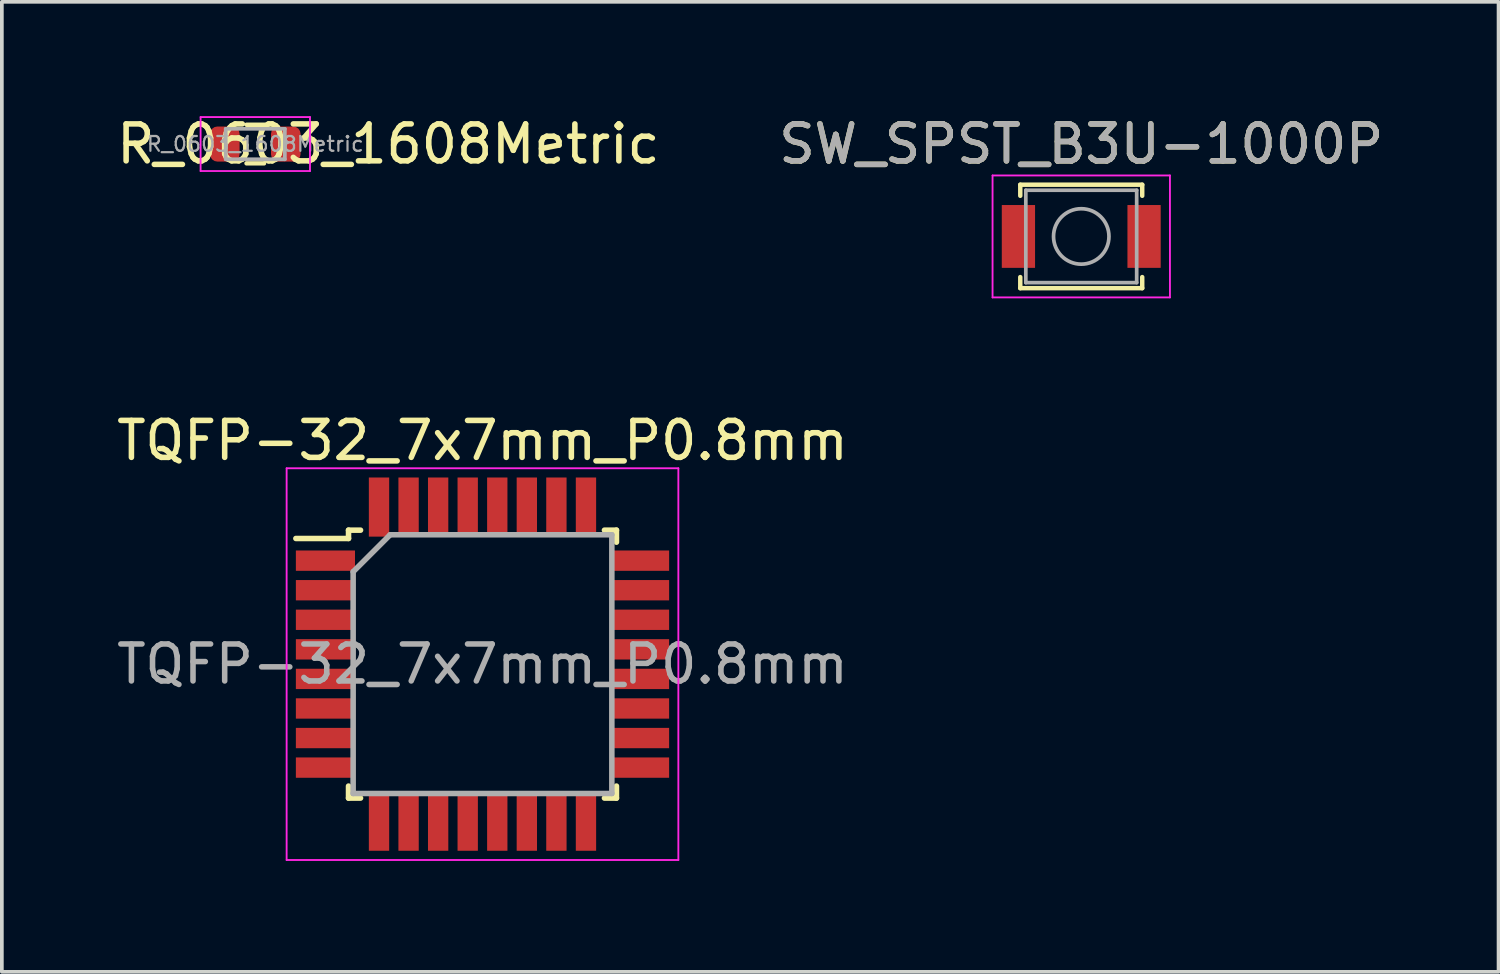
<source format=kicad_pcb>
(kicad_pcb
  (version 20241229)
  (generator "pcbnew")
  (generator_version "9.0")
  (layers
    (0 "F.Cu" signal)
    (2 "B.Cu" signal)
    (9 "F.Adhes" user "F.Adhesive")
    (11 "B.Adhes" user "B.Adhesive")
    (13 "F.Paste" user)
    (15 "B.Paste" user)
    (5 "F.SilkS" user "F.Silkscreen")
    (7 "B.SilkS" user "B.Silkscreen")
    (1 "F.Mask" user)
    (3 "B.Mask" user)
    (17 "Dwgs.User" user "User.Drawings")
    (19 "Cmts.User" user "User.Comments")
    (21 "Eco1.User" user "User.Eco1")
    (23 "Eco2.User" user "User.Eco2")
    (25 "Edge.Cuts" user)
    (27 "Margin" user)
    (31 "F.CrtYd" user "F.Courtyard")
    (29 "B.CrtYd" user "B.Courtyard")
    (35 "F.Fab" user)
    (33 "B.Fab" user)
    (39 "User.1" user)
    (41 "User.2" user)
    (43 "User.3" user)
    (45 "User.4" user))
  (footprint "TQFP-32_7x7mm_P0.8mm"
    (layer "F.Cu")
    (at 10.006 14.921)
    (property "Reference" "TQFP-32_7x7mm_P0.8mm" (at 0 -6.05 0) (layer "F.SilkS") (effects (font (size 1 1) (thickness 0.15))))
    (attr smd)
    (fp_line (start -3.625 -3.625) (end -3.625 -3.4) (stroke (width 0.15) (type solid)) (layer "F.SilkS"))
    (fp_line (start -3.625 -3.625) (end -3.3 -3.625) (stroke (width 0.15) (type solid)) (layer "F.SilkS"))
    (fp_line (start -3.625 -3.4) (end -5.05 -3.4) (stroke (width 0.15) (type solid)) (layer "F.SilkS"))
    (fp_line (start -3.625 3.625) (end -3.625 3.3) (stroke (width 0.15) (type solid)) (layer "F.SilkS"))
    (fp_line (start -3.625 3.625) (end -3.3 3.625) (stroke (width 0.15) (type solid)) (layer "F.SilkS"))
    (fp_line (start 3.625 -3.625) (end 3.3 -3.625) (stroke (width 0.15) (type solid)) (layer "F.SilkS"))
    (fp_line (start 3.625 -3.625) (end 3.625 -3.3) (stroke (width 0.15) (type solid)) (layer "F.SilkS"))
    (fp_line (start 3.625 3.625) (end 3.3 3.625) (stroke (width 0.15) (type solid)) (layer "F.SilkS"))
    (fp_line (start 3.625 3.625) (end 3.625 3.3) (stroke (width 0.15) (type solid)) (layer "F.SilkS"))
    (fp_line (start -5.3 -5.3) (end -5.3 5.3) (stroke (width 0.05) (type solid)) (layer "F.CrtYd"))
    (fp_line (start -5.3 -5.3) (end 5.3 -5.3) (stroke (width 0.05) (type solid)) (layer "F.CrtYd"))
    (fp_line (start -5.3 5.3) (end 5.3 5.3) (stroke (width 0.05) (type solid)) (layer "F.CrtYd"))
    (fp_line (start 5.3 -5.3) (end 5.3 5.3) (stroke (width 0.05) (type solid)) (layer "F.CrtYd"))
    (fp_line (start -3.5 -2.5) (end -2.5 -3.5) (stroke (width 0.15) (type solid)) (layer "F.Fab"))
    (fp_line (start -3.5 3.5) (end -3.5 -2.5) (stroke (width 0.15) (type solid)) (layer "F.Fab"))
    (fp_line (start -2.5 -3.5) (end 3.5 -3.5) (stroke (width 0.15) (type solid)) (layer "F.Fab"))
    (fp_line (start 3.5 -3.5) (end 3.5 3.5) (stroke (width 0.15) (type solid)) (layer "F.Fab"))
    (fp_line (start 3.5 3.5) (end -3.5 3.5) (stroke (width 0.15) (type solid)) (layer "F.Fab"))
    (fp_text user "${REFERENCE}" (at 0 0 0) (layer "F.Fab") (effects (font (size 1 1) (thickness 0.15))))
    (pad "1" smd rect (at -4.25 -2.8) (size 1.6 0.55) (layers "F.Cu" "F.Mask" "F.Paste"))
    (pad "2" smd rect (at -4.25 -2) (size 1.6 0.55) (layers "F.Cu" "F.Mask" "F.Paste"))
    (pad "3" smd rect (at -4.25 -1.2) (size 1.6 0.55) (layers "F.Cu" "F.Mask" "F.Paste"))
    (pad "4" smd rect (at -4.25 -0.4) (size 1.6 0.55) (layers "F.Cu" "F.Mask" "F.Paste"))
    (pad "5" smd rect (at -4.25 0.4) (size 1.6 0.55) (layers "F.Cu" "F.Mask" "F.Paste"))
    (pad "6" smd rect (at -4.25 1.2) (size 1.6 0.55) (layers "F.Cu" "F.Mask" "F.Paste"))
    (pad "7" smd rect (at -4.25 2) (size 1.6 0.55) (layers "F.Cu" "F.Mask" "F.Paste"))
    (pad "8" smd rect (at -4.25 2.8) (size 1.6 0.55) (layers "F.Cu" "F.Mask" "F.Paste"))
    (pad "9" smd rect (at -2.8 4.25 90) (size 1.6 0.55) (layers "F.Cu" "F.Mask" "F.Paste"))
    (pad "10" smd rect (at -2 4.25 90) (size 1.6 0.55) (layers "F.Cu" "F.Mask" "F.Paste"))
    (pad "11" smd rect (at -1.2 4.25 90) (size 1.6 0.55) (layers "F.Cu" "F.Mask" "F.Paste"))
    (pad "12" smd rect (at -0.4 4.25 90) (size 1.6 0.55) (layers "F.Cu" "F.Mask" "F.Paste"))
    (pad "13" smd rect (at 0.4 4.25 90) (size 1.6 0.55) (layers "F.Cu" "F.Mask" "F.Paste"))
    (pad "14" smd rect (at 1.2 4.25 90) (size 1.6 0.55) (layers "F.Cu" "F.Mask" "F.Paste"))
    (pad "15" smd rect (at 2 4.25 90) (size 1.6 0.55) (layers "F.Cu" "F.Mask" "F.Paste"))
    (pad "16" smd rect (at 2.8 4.25 90) (size 1.6 0.55) (layers "F.Cu" "F.Mask" "F.Paste"))
    (pad "17" smd rect (at 4.25 2.8) (size 1.6 0.55) (layers "F.Cu" "F.Mask" "F.Paste"))
    (pad "18" smd rect (at 4.25 2) (size 1.6 0.55) (layers "F.Cu" "F.Mask" "F.Paste"))
    (pad "19" smd rect (at 4.25 1.2) (size 1.6 0.55) (layers "F.Cu" "F.Mask" "F.Paste"))
    (pad "20" smd rect (at 4.25 0.4) (size 1.6 0.55) (layers "F.Cu" "F.Mask" "F.Paste"))
    (pad "21" smd rect (at 4.25 -0.4) (size 1.6 0.55) (layers "F.Cu" "F.Mask" "F.Paste"))
    (pad "22" smd rect (at 4.25 -1.2) (size 1.6 0.55) (layers "F.Cu" "F.Mask" "F.Paste"))
    (pad "23" smd rect (at 4.25 -2) (size 1.6 0.55) (layers "F.Cu" "F.Mask" "F.Paste"))
    (pad "24" smd rect (at 4.25 -2.8) (size 1.6 0.55) (layers "F.Cu" "F.Mask" "F.Paste"))
    (pad "25" smd rect (at 2.8 -4.25 90) (size 1.6 0.55) (layers "F.Cu" "F.Mask" "F.Paste"))
    (pad "26" smd rect (at 2 -4.25 90) (size 1.6 0.55) (layers "F.Cu" "F.Mask" "F.Paste"))
    (pad "27" smd rect (at 1.2 -4.25 90) (size 1.6 0.55) (layers "F.Cu" "F.Mask" "F.Paste"))
    (pad "28" smd rect (at 0.4 -4.25 90) (size 1.6 0.55) (layers "F.Cu" "F.Mask" "F.Paste"))
    (pad "29" smd rect (at -0.4 -4.25 90) (size 1.6 0.55) (layers "F.Cu" "F.Mask" "F.Paste"))
    (pad "30" smd rect (at -1.2 -4.25 90) (size 1.6 0.55) (layers "F.Cu" "F.Mask" "F.Paste"))
    (pad "31" smd rect (at -2 -4.25 90) (size 1.6 0.55) (layers "F.Cu" "F.Mask" "F.Paste"))
    (pad "32" smd rect (at -2.8 -4.25 90) (size 1.6 0.55) (layers "F.Cu" "F.Mask" "F.Paste")))
  (footprint "R_0603_1608Metric"
    (layer "F.Cu")
    (at 3.858 0.848)
    (property "Reference" "R_0603_1608Metric" (at 3.6 0 0) (layer "F.SilkS") (effects (font (size 1 1) (thickness 0.15))))
    (attr smd)
    (fp_line (start -0.237 -0.522) (end 0.237 -0.522) (stroke (width 0.12) (type solid)) (layer "F.SilkS"))
    (fp_line (start -0.237 0.522) (end 0.237 0.522) (stroke (width 0.12) (type solid)) (layer "F.SilkS"))
    (fp_line (start -1.48 -0.73) (end 1.48 -0.73) (stroke (width 0.05) (type solid)) (layer "F.CrtYd"))
    (fp_line (start -1.48 0.73) (end -1.48 -0.73) (stroke (width 0.05) (type solid)) (layer "F.CrtYd"))
    (fp_line (start 1.48 -0.73) (end 1.48 0.73) (stroke (width 0.05) (type solid)) (layer "F.CrtYd"))
    (fp_line (start 1.48 0.73) (end -1.48 0.73) (stroke (width 0.05) (type solid)) (layer "F.CrtYd"))
    (fp_line (start -0.8 -0.412) (end 0.8 -0.412) (stroke (width 0.1) (type solid)) (layer "F.Fab"))
    (fp_line (start -0.8 0.412) (end -0.8 -0.412) (stroke (width 0.1) (type solid)) (layer "F.Fab"))
    (fp_line (start 0.8 -0.412) (end 0.8 0.412) (stroke (width 0.1) (type solid)) (layer "F.Fab"))
    (fp_line (start 0.8 0.412) (end -0.8 0.412) (stroke (width 0.1) (type solid)) (layer "F.Fab"))
    (fp_text user "${REFERENCE}" (at 0 0 0) (layer "F.Fab") (effects (font (size 0.4 0.4) (thickness 0.06))))
    (pad "1" smd roundrect (at -0.825 0) (size 0.8 0.95) (layers "F.Cu" "F.Mask" "F.Paste") (roundrect_rratio 0.25))
    (pad "2" smd roundrect (at 0.825 0) (size 0.8 0.95) (layers "F.Cu" "F.Mask" "F.Paste") (roundrect_rratio 0.25)))
  (footprint "SW_SPST_B3U-1000P"
    (layer "F.Cu")
    (at 26.208 3.348)
    (property "Reference" "SW_SPST_B3U-1000P" (at 0 -2.5 0) (layer "F.SilkS") (effects (font (size 1 1) (thickness 0.15))))
    (attr smd)
    (fp_line (start -1.65 -1.4) (end 1.65 -1.4) (stroke (width 0.12) (type solid)) (layer "F.SilkS"))
    (fp_line (start -1.65 -1.1) (end -1.65 -1.4) (stroke (width 0.12) (type solid)) (layer "F.SilkS"))
    (fp_line (start -1.65 1.1) (end -1.65 1.4) (stroke (width 0.12) (type solid)) (layer "F.SilkS"))
    (fp_line (start -1.65 1.4) (end 1.65 1.4) (stroke (width 0.12) (type solid)) (layer "F.SilkS"))
    (fp_line (start 1.65 -1.4) (end 1.65 -1.1) (stroke (width 0.12) (type solid)) (layer "F.SilkS"))
    (fp_line (start 1.65 1.4) (end 1.65 1.1) (stroke (width 0.12) (type solid)) (layer "F.SilkS"))
    (fp_line (start -2.4 -1.65) (end -2.4 1.65) (stroke (width 0.05) (type solid)) (layer "F.CrtYd"))
    (fp_line (start -2.4 1.65) (end 2.4 1.65) (stroke (width 0.05) (type solid)) (layer "F.CrtYd"))
    (fp_line (start 2.4 -1.65) (end -2.4 -1.65) (stroke (width 0.05) (type solid)) (layer "F.CrtYd"))
    (fp_line (start 2.4 1.65) (end 2.4 -1.65) (stroke (width 0.05) (type solid)) (layer "F.CrtYd"))
    (fp_line (start -1.5 -1.25) (end 1.5 -1.25) (stroke (width 0.1) (type solid)) (layer "F.Fab"))
    (fp_line (start -1.5 1.25) (end -1.5 -1.25) (stroke (width 0.1) (type solid)) (layer "F.Fab"))
    (fp_line (start 1.5 -1.25) (end 1.5 1.25) (stroke (width 0.1) (type solid)) (layer "F.Fab"))
    (fp_line (start 1.5 1.25) (end -1.5 1.25) (stroke (width 0.1) (type solid)) (layer "F.Fab"))
    (fp_circle (center 0 0) (end 0.75 0) (stroke (width 0.1) (type solid)) (fill no) (layer "F.Fab"))
    (fp_text user "${REFERENCE}" (at 0 -2.5 0) (layer "F.Fab") (effects (font (size 1 1) (thickness 0.15))))
    (pad "1" smd rect (at -1.7 0) (size 0.9 1.7) (layers "F.Cu" "F.Mask" "F.Paste"))
    (pad "2" smd rect (at 1.7 0) (size 0.9 1.7) (layers "F.Cu" "F.Mask" "F.Paste")))
  (gr_rect
    (start -3 -3)
    (end 37.5 23.247)
    (stroke (width 0.1) (type default))
    (fill no)
    (layer "Edge.Cuts")))
</source>
